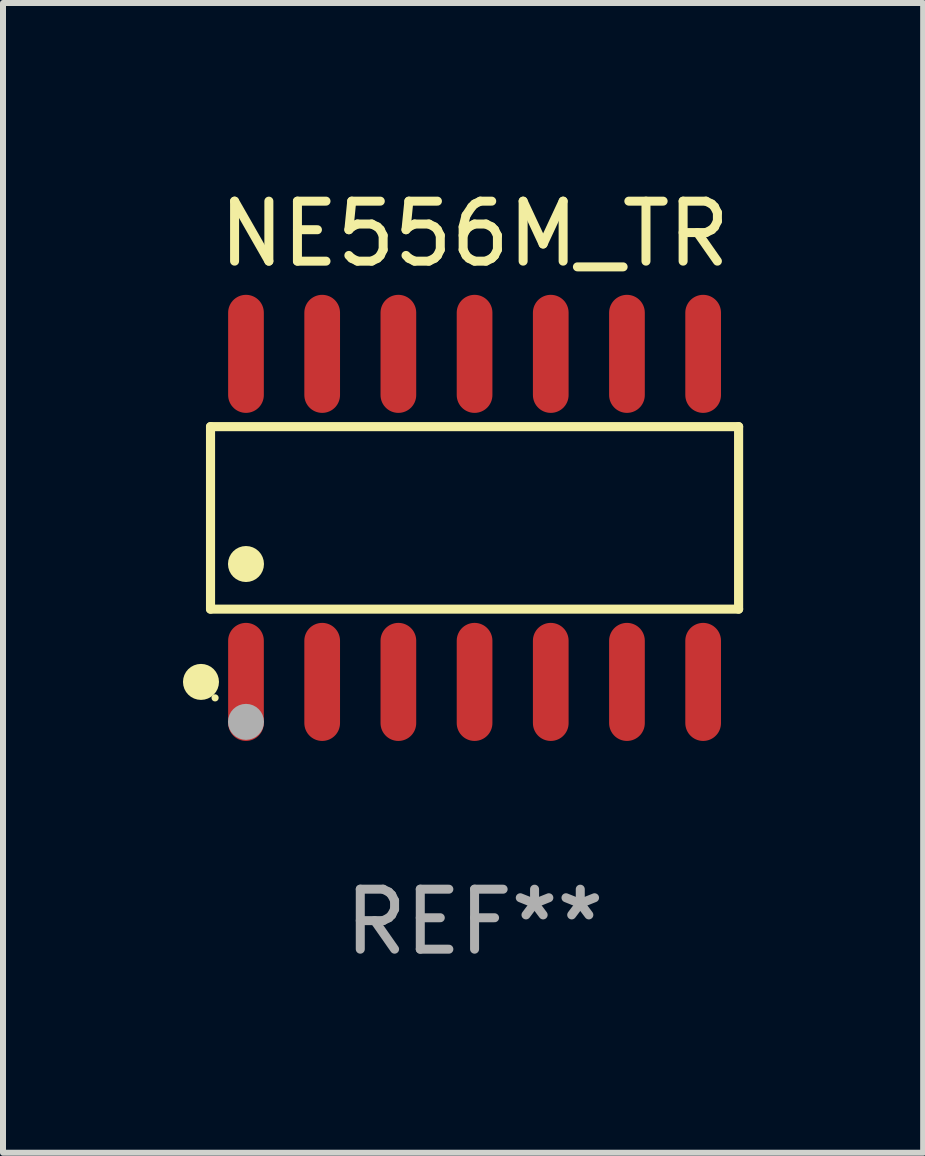
<source format=kicad_pcb>
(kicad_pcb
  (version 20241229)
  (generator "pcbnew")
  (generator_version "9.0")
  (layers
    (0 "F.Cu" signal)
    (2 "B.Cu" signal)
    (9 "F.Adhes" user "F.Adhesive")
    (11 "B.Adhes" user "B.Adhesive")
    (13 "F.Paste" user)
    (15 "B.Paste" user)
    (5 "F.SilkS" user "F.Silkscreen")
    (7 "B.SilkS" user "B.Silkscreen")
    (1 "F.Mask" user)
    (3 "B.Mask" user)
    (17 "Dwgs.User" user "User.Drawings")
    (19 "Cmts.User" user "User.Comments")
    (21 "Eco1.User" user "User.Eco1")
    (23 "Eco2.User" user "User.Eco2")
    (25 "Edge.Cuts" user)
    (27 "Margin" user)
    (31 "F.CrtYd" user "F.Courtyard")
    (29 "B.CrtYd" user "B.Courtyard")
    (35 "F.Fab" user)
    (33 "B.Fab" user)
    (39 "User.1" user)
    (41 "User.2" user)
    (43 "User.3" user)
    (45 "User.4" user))
  (footprint "NE556M_TR"
    (layer "F.Cu")
    (at 4.86 5.582)
    (property "Reference" "NE556M_TR" (at 0 -4.734 0) (layer "F.SilkS") (effects (font (size 1 1) (thickness 0.15))))
    (attr through_hole)
    (fp_line (start -4.401 -1.521) (end 4.401 -1.521) (stroke (width 0.152) (type solid)) (layer "F.SilkS"))
    (fp_line (start -4.401 1.521) (end -4.401 -1.521) (stroke (width 0.152) (type solid)) (layer "F.SilkS"))
    (fp_line (start 4.401 -1.521) (end 4.401 1.521) (stroke (width 0.152) (type solid)) (layer "F.SilkS"))
    (fp_line (start 4.401 1.521) (end -4.401 1.521) (stroke (width 0.152) (type solid)) (layer "F.SilkS"))
    (fp_circle (center -4.56 2.734) (end -4.41 2.734) (stroke (width 0.3) (type solid)) (fill no) (layer "F.SilkS"))
    (fp_circle (center -4.325 3) (end -4.295 3) (stroke (width 0.06) (type solid)) (fill no) (layer "F.SilkS"))
    (fp_circle (center -3.81 0.769) (end -3.66 0.769) (stroke (width 0.3) (type solid)) (fill no) (layer "F.SilkS"))
    (fp_circle (center -3.81 3.4) (end -3.66 3.4) (stroke (width 0.3) (type solid)) (fill no) (layer "F.Fab"))
    (fp_text user "REF**" (at 0 6.734 0) (layer "F.Fab") (effects (font (size 1 1) (thickness 0.15))))
    (pad "1" smd oval (at -3.81 2.734) (size 0.595 1.968) (layers "F.Cu" "F.Mask" "F.Paste"))
    (pad "2" smd oval (at -2.54 2.734) (size 0.595 1.968) (layers "F.Cu" "F.Mask" "F.Paste"))
    (pad "3" smd oval (at -1.27 2.734) (size 0.595 1.968) (layers "F.Cu" "F.Mask" "F.Paste"))
    (pad "4" smd oval (at 0 2.734) (size 0.595 1.968) (layers "F.Cu" "F.Mask" "F.Paste"))
    (pad "5" smd oval (at 1.27 2.734) (size 0.595 1.968) (layers "F.Cu" "F.Mask" "F.Paste"))
    (pad "6" smd oval (at 2.54 2.734) (size 0.595 1.968) (layers "F.Cu" "F.Mask" "F.Paste"))
    (pad "7" smd oval (at 3.81 2.734) (size 0.595 1.968) (layers "F.Cu" "F.Mask" "F.Paste"))
    (pad "8" smd oval (at 3.81 -2.734) (size 0.595 1.968) (layers "F.Cu" "F.Mask" "F.Paste"))
    (pad "9" smd oval (at 2.54 -2.734) (size 0.595 1.968) (layers "F.Cu" "F.Mask" "F.Paste"))
    (pad "10" smd oval (at 1.27 -2.734) (size 0.595 1.968) (layers "F.Cu" "F.Mask" "F.Paste"))
    (pad "11" smd oval (at 0 -2.734) (size 0.595 1.968) (layers "F.Cu" "F.Mask" "F.Paste"))
    (pad "12" smd oval (at -1.27 -2.734) (size 0.595 1.968) (layers "F.Cu" "F.Mask" "F.Paste"))
    (pad "13" smd oval (at -2.54 -2.734) (size 0.595 1.968) (layers "F.Cu" "F.Mask" "F.Paste"))
    (pad "14" smd oval (at -3.81 -2.734) (size 0.595 1.968) (layers "F.Cu" "F.Mask" "F.Paste")))
  (gr_rect
    (start -3 -3)
    (end 12.337 16.164)
    (stroke (width 0.1) (type default))
    (fill no)
    (layer "Edge.Cuts")))
</source>
